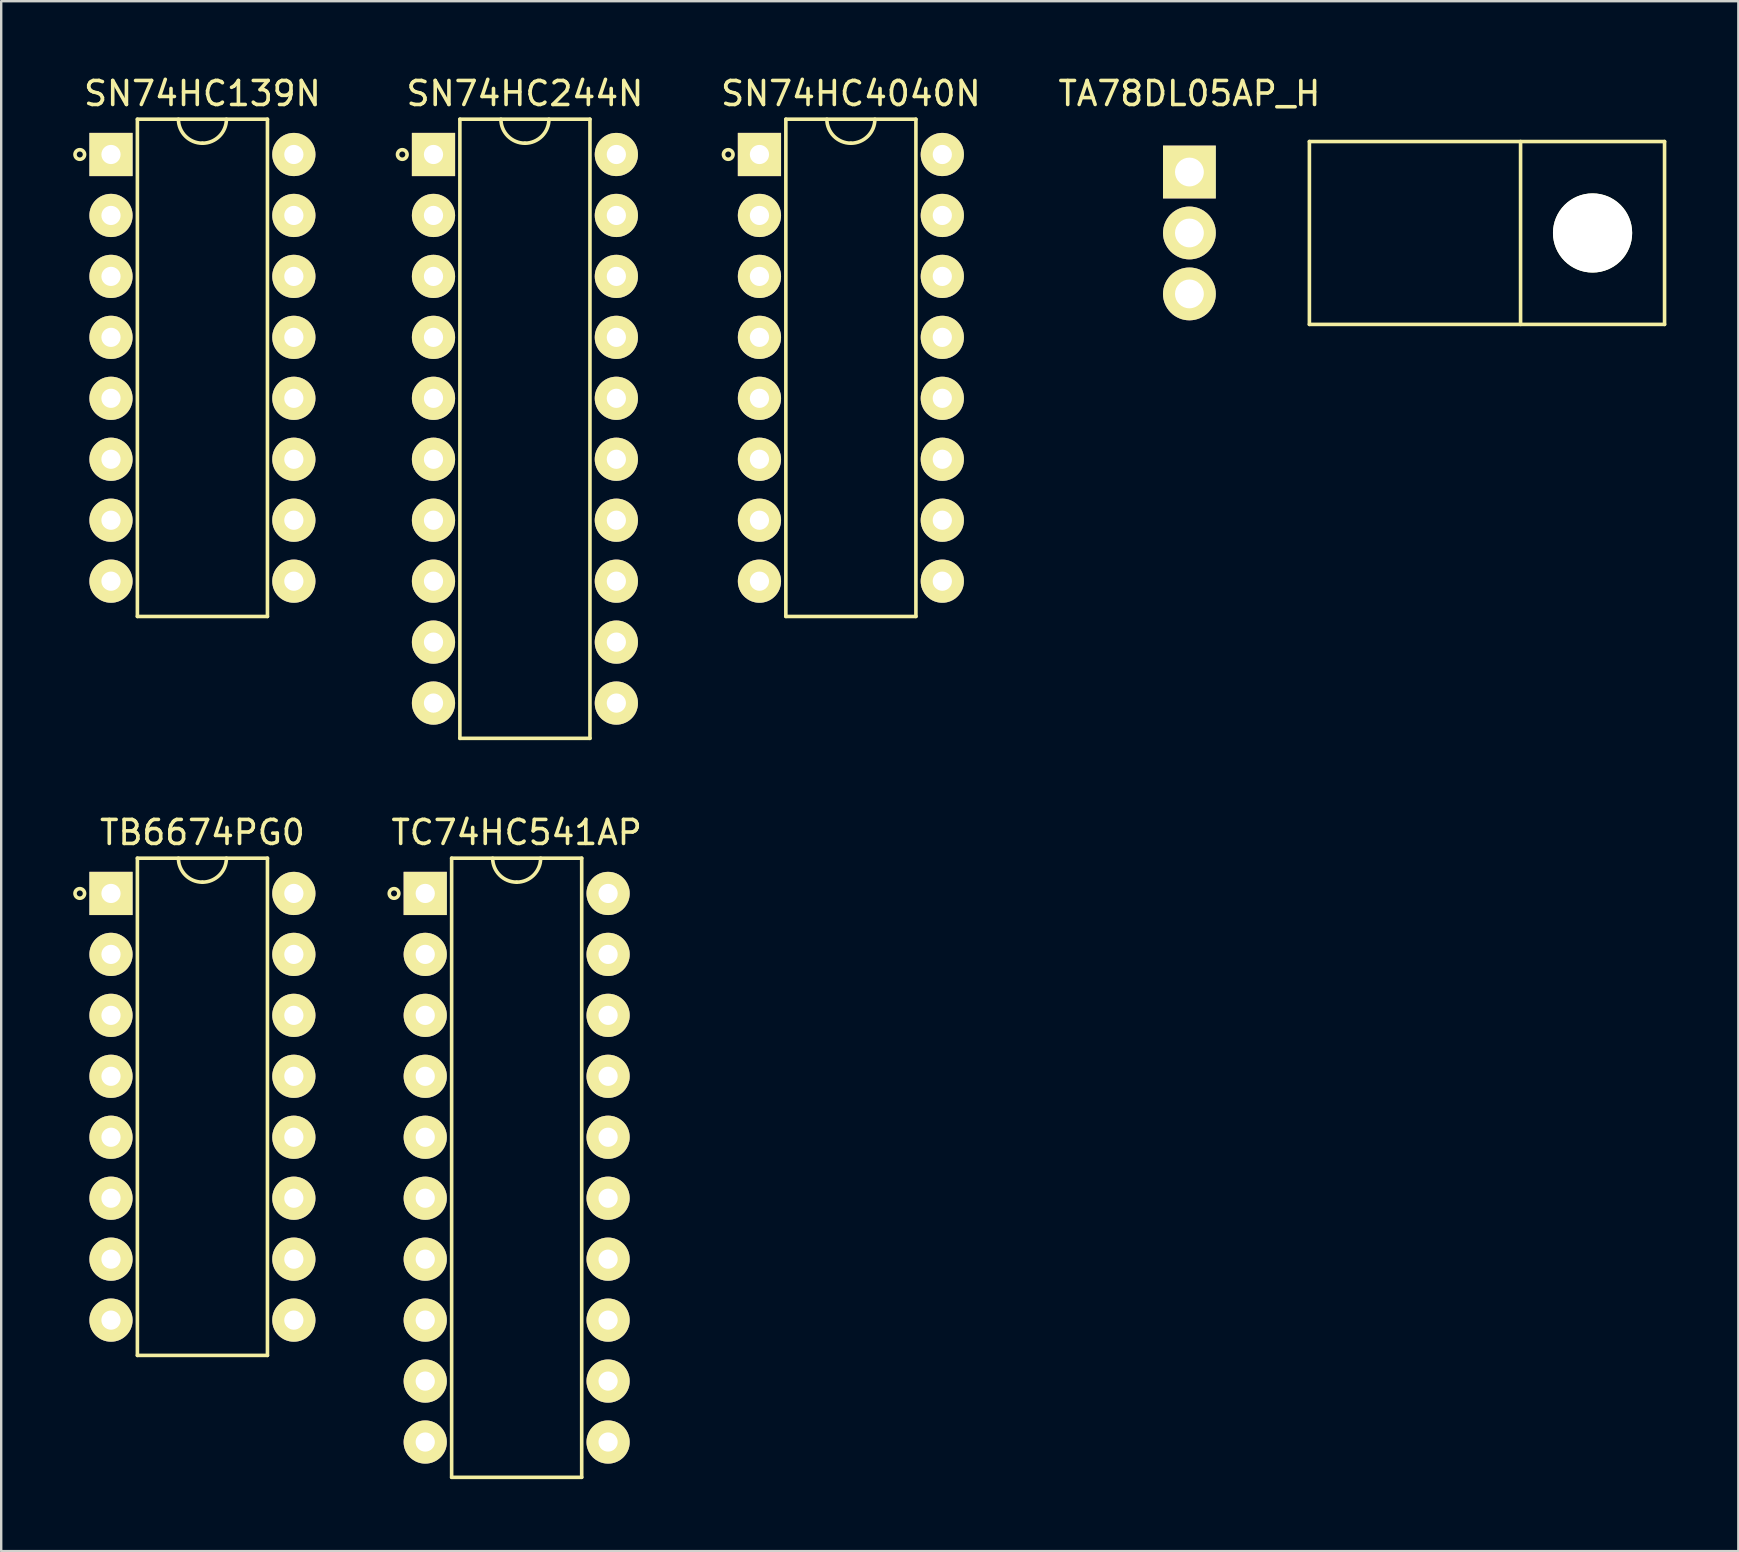
<source format=kicad_pcb>
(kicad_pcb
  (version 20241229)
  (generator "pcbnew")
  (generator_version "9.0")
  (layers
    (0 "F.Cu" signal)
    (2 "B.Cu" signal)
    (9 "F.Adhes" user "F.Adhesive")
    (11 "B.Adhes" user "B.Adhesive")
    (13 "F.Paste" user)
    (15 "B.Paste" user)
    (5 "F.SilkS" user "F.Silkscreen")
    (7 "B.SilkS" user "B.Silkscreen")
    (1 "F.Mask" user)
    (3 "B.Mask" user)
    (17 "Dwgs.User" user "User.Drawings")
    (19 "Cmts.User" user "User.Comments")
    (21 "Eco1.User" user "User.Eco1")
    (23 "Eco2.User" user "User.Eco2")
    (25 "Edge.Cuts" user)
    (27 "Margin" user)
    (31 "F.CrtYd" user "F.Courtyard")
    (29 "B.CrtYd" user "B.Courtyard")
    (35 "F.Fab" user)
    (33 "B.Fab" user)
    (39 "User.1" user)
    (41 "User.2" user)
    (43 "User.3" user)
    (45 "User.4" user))
  (footprint "SN74HC4040N"
    (layer "F.Cu")
    (at 28.597 3.388)
    (property "Reference" "SN74HC4040N" (at 3.81 -2.54 0) (layer "F.SilkS") (effects (font (size 1 1) (thickness 0.15))))
    (attr through_hole)
    (fp_line (start 1.1 -1.47) (end 6.52 -1.47) (stroke (width 0.15) (type solid)) (layer "F.SilkS"))
    (fp_line (start 1.1 19.25) (end 1.1 -1.47) (stroke (width 0.15) (type solid)) (layer "F.SilkS"))
    (fp_line (start 6.52 -1.47) (end 6.52 19.25) (stroke (width 0.15) (type solid)) (layer "F.SilkS"))
    (fp_line (start 6.52 19.25) (end 1.1 19.25) (stroke (width 0.15) (type solid)) (layer "F.SilkS"))
    (fp_arc (start 3.81 -0.47) (mid 3.102893 -0.762893) (end 2.81 -1.47) (stroke (width 0.15) (type solid)) (layer "F.SilkS"))
    (fp_arc (start 4.81 -1.47) (mid 4.517107 -0.762893) (end 3.81 -0.47) (stroke (width 0.15) (type solid)) (layer "F.SilkS"))
    (fp_circle (center -1.3 0) (end -1.3 0.2) (stroke (width 0.15) (type solid)) (fill no) (layer "F.SilkS"))
    (pad "1" thru_hole rect (at 0 0) (size 1.8 1.8) (drill 0.8) (layers "*.Cu" "*.Mask" "F.SilkS"))
    (pad "2" thru_hole circle (at 0 2.54) (size 1.8 1.8) (drill 0.8) (layers "*.Cu" "*.Mask" "F.SilkS"))
    (pad "3" thru_hole circle (at 0 5.08) (size 1.8 1.8) (drill 0.8) (layers "*.Cu" "*.Mask" "F.SilkS"))
    (pad "4" thru_hole circle (at 0 7.62) (size 1.8 1.8) (drill 0.8) (layers "*.Cu" "*.Mask" "F.SilkS"))
    (pad "5" thru_hole circle (at 0 10.16) (size 1.8 1.8) (drill 0.8) (layers "*.Cu" "*.Mask" "F.SilkS"))
    (pad "6" thru_hole circle (at 0 12.7) (size 1.8 1.8) (drill 0.8) (layers "*.Cu" "*.Mask" "F.SilkS"))
    (pad "7" thru_hole circle (at 0 15.24) (size 1.8 1.8) (drill 0.8) (layers "*.Cu" "*.Mask" "F.SilkS"))
    (pad "8" thru_hole circle (at 0 17.78) (size 1.8 1.8) (drill 0.8) (layers "*.Cu" "*.Mask" "F.SilkS"))
    (pad "9" thru_hole circle (at 7.62 17.78) (size 1.8 1.8) (drill 0.8) (layers "*.Cu" "*.Mask" "F.SilkS"))
    (pad "10" thru_hole circle (at 7.62 15.24) (size 1.8 1.8) (drill 0.8) (layers "*.Cu" "*.Mask" "F.SilkS"))
    (pad "11" thru_hole circle (at 7.62 12.7) (size 1.8 1.8) (drill 0.8) (layers "*.Cu" "*.Mask" "F.SilkS"))
    (pad "12" thru_hole circle (at 7.62 10.16) (size 1.8 1.8) (drill 0.8) (layers "*.Cu" "*.Mask" "F.SilkS"))
    (pad "13" thru_hole circle (at 7.62 7.62) (size 1.8 1.8) (drill 0.8) (layers "*.Cu" "*.Mask" "F.SilkS"))
    (pad "14" thru_hole circle (at 7.62 5.08) (size 1.8 1.8) (drill 0.8) (layers "*.Cu" "*.Mask" "F.SilkS"))
    (pad "15" thru_hole circle (at 7.62 2.54) (size 1.8 1.8) (drill 0.8) (layers "*.Cu" "*.Mask" "F.SilkS"))
    (pad "16" thru_hole circle (at 7.62 0) (size 1.8 1.8) (drill 0.8) (layers "*.Cu" "*.Mask" "F.SilkS")))
  (footprint "SN74HC244N"
    (layer "F.Cu")
    (at 15.014 3.388)
    (property "Reference" "SN74HC244N" (at 3.81 -2.54 0) (layer "F.SilkS") (effects (font (size 1 1) (thickness 0.15))))
    (attr through_hole)
    (fp_line (start 1.1 -1.47) (end 6.52 -1.47) (stroke (width 0.15) (type solid)) (layer "F.SilkS"))
    (fp_line (start 1.1 24.33) (end 1.1 -1.47) (stroke (width 0.15) (type solid)) (layer "F.SilkS"))
    (fp_line (start 6.52 -1.47) (end 6.52 24.33) (stroke (width 0.15) (type solid)) (layer "F.SilkS"))
    (fp_line (start 6.52 24.33) (end 1.1 24.33) (stroke (width 0.15) (type solid)) (layer "F.SilkS"))
    (fp_arc (start 3.81 -0.47) (mid 3.102893 -0.762893) (end 2.81 -1.47) (stroke (width 0.15) (type solid)) (layer "F.SilkS"))
    (fp_arc (start 4.81 -1.47) (mid 4.517107 -0.762893) (end 3.81 -0.47) (stroke (width 0.15) (type solid)) (layer "F.SilkS"))
    (fp_circle (center -1.3 0) (end -1.3 0.2) (stroke (width 0.15) (type solid)) (fill no) (layer "F.SilkS"))
    (pad "1" thru_hole rect (at 0 0) (size 1.8 1.8) (drill 0.8) (layers "*.Cu" "*.Mask" "F.SilkS"))
    (pad "2" thru_hole circle (at 0 2.54) (size 1.8 1.8) (drill 0.8) (layers "*.Cu" "*.Mask" "F.SilkS"))
    (pad "3" thru_hole circle (at 0 5.08) (size 1.8 1.8) (drill 0.8) (layers "*.Cu" "*.Mask" "F.SilkS"))
    (pad "4" thru_hole circle (at 0 7.62) (size 1.8 1.8) (drill 0.8) (layers "*.Cu" "*.Mask" "F.SilkS"))
    (pad "5" thru_hole circle (at 0 10.16) (size 1.8 1.8) (drill 0.8) (layers "*.Cu" "*.Mask" "F.SilkS"))
    (pad "6" thru_hole circle (at 0 12.7) (size 1.8 1.8) (drill 0.8) (layers "*.Cu" "*.Mask" "F.SilkS"))
    (pad "7" thru_hole circle (at 0 15.24) (size 1.8 1.8) (drill 0.8) (layers "*.Cu" "*.Mask" "F.SilkS"))
    (pad "8" thru_hole circle (at 0 17.78) (size 1.8 1.8) (drill 0.8) (layers "*.Cu" "*.Mask" "F.SilkS"))
    (pad "9" thru_hole circle (at 0 20.32) (size 1.8 1.8) (drill 0.8) (layers "*.Cu" "*.Mask" "F.SilkS"))
    (pad "10" thru_hole circle (at 0 22.86) (size 1.8 1.8) (drill 0.8) (layers "*.Cu" "*.Mask" "F.SilkS"))
    (pad "11" thru_hole circle (at 7.62 22.86) (size 1.8 1.8) (drill 0.8) (layers "*.Cu" "*.Mask" "F.SilkS"))
    (pad "12" thru_hole circle (at 7.62 20.32) (size 1.8 1.8) (drill 0.8) (layers "*.Cu" "*.Mask" "F.SilkS"))
    (pad "13" thru_hole circle (at 7.62 17.78) (size 1.8 1.8) (drill 0.8) (layers "*.Cu" "*.Mask" "F.SilkS"))
    (pad "14" thru_hole circle (at 7.62 15.24) (size 1.8 1.8) (drill 0.8) (layers "*.Cu" "*.Mask" "F.SilkS"))
    (pad "15" thru_hole circle (at 7.62 12.7) (size 1.8 1.8) (drill 0.8) (layers "*.Cu" "*.Mask" "F.SilkS"))
    (pad "16" thru_hole circle (at 7.62 10.16) (size 1.8 1.8) (drill 0.8) (layers "*.Cu" "*.Mask" "F.SilkS"))
    (pad "17" thru_hole circle (at 7.62 7.62) (size 1.8 1.8) (drill 0.8) (layers "*.Cu" "*.Mask" "F.SilkS"))
    (pad "18" thru_hole circle (at 7.62 5.08) (size 1.8 1.8) (drill 0.8) (layers "*.Cu" "*.Mask" "F.SilkS"))
    (pad "19" thru_hole circle (at 7.62 2.54) (size 1.8 1.8) (drill 0.8) (layers "*.Cu" "*.Mask" "F.SilkS"))
    (pad "20" thru_hole circle (at 7.62 0) (size 1.8 1.8) (drill 0.8) (layers "*.Cu" "*.Mask" "F.SilkS")))
  (footprint "SN74HC139N"
    (layer "F.Cu")
    (at 1.575 3.388)
    (property "Reference" "SN74HC139N" (at 3.81 -2.54 0) (layer "F.SilkS") (effects (font (size 1 1) (thickness 0.15))))
    (attr through_hole)
    (fp_line (start 1.1 -1.47) (end 6.52 -1.47) (stroke (width 0.15) (type solid)) (layer "F.SilkS"))
    (fp_line (start 1.1 19.25) (end 1.1 -1.47) (stroke (width 0.15) (type solid)) (layer "F.SilkS"))
    (fp_line (start 6.52 -1.47) (end 6.52 19.25) (stroke (width 0.15) (type solid)) (layer "F.SilkS"))
    (fp_line (start 6.52 19.25) (end 1.1 19.25) (stroke (width 0.15) (type solid)) (layer "F.SilkS"))
    (fp_arc (start 3.81 -0.47) (mid 3.102893 -0.762893) (end 2.81 -1.47) (stroke (width 0.15) (type solid)) (layer "F.SilkS"))
    (fp_arc (start 4.81 -1.47) (mid 4.517107 -0.762893) (end 3.81 -0.47) (stroke (width 0.15) (type solid)) (layer "F.SilkS"))
    (fp_circle (center -1.3 0) (end -1.3 0.2) (stroke (width 0.15) (type solid)) (fill no) (layer "F.SilkS"))
    (pad "1" thru_hole rect (at 0 0) (size 1.8 1.8) (drill 0.8) (layers "*.Cu" "*.Mask" "F.SilkS"))
    (pad "2" thru_hole circle (at 0 2.54) (size 1.8 1.8) (drill 0.8) (layers "*.Cu" "*.Mask" "F.SilkS"))
    (pad "3" thru_hole circle (at 0 5.08) (size 1.8 1.8) (drill 0.8) (layers "*.Cu" "*.Mask" "F.SilkS"))
    (pad "4" thru_hole circle (at 0 7.62) (size 1.8 1.8) (drill 0.8) (layers "*.Cu" "*.Mask" "F.SilkS"))
    (pad "5" thru_hole circle (at 0 10.16) (size 1.8 1.8) (drill 0.8) (layers "*.Cu" "*.Mask" "F.SilkS"))
    (pad "6" thru_hole circle (at 0 12.7) (size 1.8 1.8) (drill 0.8) (layers "*.Cu" "*.Mask" "F.SilkS"))
    (pad "7" thru_hole circle (at 0 15.24) (size 1.8 1.8) (drill 0.8) (layers "*.Cu" "*.Mask" "F.SilkS"))
    (pad "8" thru_hole circle (at 0 17.78) (size 1.8 1.8) (drill 0.8) (layers "*.Cu" "*.Mask" "F.SilkS"))
    (pad "9" thru_hole circle (at 7.62 17.78) (size 1.8 1.8) (drill 0.8) (layers "*.Cu" "*.Mask" "F.SilkS"))
    (pad "10" thru_hole circle (at 7.62 15.24) (size 1.8 1.8) (drill 0.8) (layers "*.Cu" "*.Mask" "F.SilkS"))
    (pad "11" thru_hole circle (at 7.62 12.7) (size 1.8 1.8) (drill 0.8) (layers "*.Cu" "*.Mask" "F.SilkS"))
    (pad "12" thru_hole circle (at 7.62 10.16) (size 1.8 1.8) (drill 0.8) (layers "*.Cu" "*.Mask" "F.SilkS"))
    (pad "13" thru_hole circle (at 7.62 7.62) (size 1.8 1.8) (drill 0.8) (layers "*.Cu" "*.Mask" "F.SilkS"))
    (pad "14" thru_hole circle (at 7.62 5.08) (size 1.8 1.8) (drill 0.8) (layers "*.Cu" "*.Mask" "F.SilkS"))
    (pad "15" thru_hole circle (at 7.62 2.54) (size 1.8 1.8) (drill 0.8) (layers "*.Cu" "*.Mask" "F.SilkS"))
    (pad "16" thru_hole circle (at 7.62 0) (size 1.8 1.8) (drill 0.8) (layers "*.Cu" "*.Mask" "F.SilkS")))
  (footprint "TB6674PG0"
    (layer "F.Cu")
    (at 1.575 34.181)
    (property "Reference" "TB6674PG0" (at 3.81 -2.54 0) (layer "F.SilkS") (effects (font (size 1 1) (thickness 0.15))))
    (attr through_hole)
    (fp_line (start 1.1 -1.47) (end 6.52 -1.47) (stroke (width 0.15) (type solid)) (layer "F.SilkS"))
    (fp_line (start 1.1 19.25) (end 1.1 -1.47) (stroke (width 0.15) (type solid)) (layer "F.SilkS"))
    (fp_line (start 6.52 -1.47) (end 6.52 19.25) (stroke (width 0.15) (type solid)) (layer "F.SilkS"))
    (fp_line (start 6.52 19.25) (end 1.1 19.25) (stroke (width 0.15) (type solid)) (layer "F.SilkS"))
    (fp_arc (start 3.81 -0.47) (mid 3.102893 -0.762893) (end 2.81 -1.47) (stroke (width 0.15) (type solid)) (layer "F.SilkS"))
    (fp_arc (start 4.81 -1.47) (mid 4.517107 -0.762893) (end 3.81 -0.47) (stroke (width 0.15) (type solid)) (layer "F.SilkS"))
    (fp_circle (center -1.3 0) (end -1.3 0.2) (stroke (width 0.15) (type solid)) (fill no) (layer "F.SilkS"))
    (pad "1" thru_hole rect (at 0 0) (size 1.8 1.8) (drill 0.8) (layers "*.Cu" "*.Mask" "F.SilkS"))
    (pad "2" thru_hole circle (at 0 2.54) (size 1.8 1.8) (drill 0.8) (layers "*.Cu" "*.Mask" "F.SilkS"))
    (pad "3" thru_hole circle (at 0 5.08) (size 1.8 1.8) (drill 0.8) (layers "*.Cu" "*.Mask" "F.SilkS"))
    (pad "4" thru_hole circle (at 0 7.62) (size 1.8 1.8) (drill 0.8) (layers "*.Cu" "*.Mask" "F.SilkS"))
    (pad "5" thru_hole circle (at 0 10.16) (size 1.8 1.8) (drill 0.8) (layers "*.Cu" "*.Mask" "F.SilkS"))
    (pad "6" thru_hole circle (at 0 12.7) (size 1.8 1.8) (drill 0.8) (layers "*.Cu" "*.Mask" "F.SilkS"))
    (pad "7" thru_hole circle (at 0 15.24) (size 1.8 1.8) (drill 0.8) (layers "*.Cu" "*.Mask" "F.SilkS"))
    (pad "8" thru_hole circle (at 0 17.78) (size 1.8 1.8) (drill 0.8) (layers "*.Cu" "*.Mask" "F.SilkS"))
    (pad "9" thru_hole circle (at 7.62 17.78) (size 1.8 1.8) (drill 0.8) (layers "*.Cu" "*.Mask" "F.SilkS"))
    (pad "10" thru_hole circle (at 7.62 15.24) (size 1.8 1.8) (drill 0.8) (layers "*.Cu" "*.Mask" "F.SilkS"))
    (pad "11" thru_hole circle (at 7.62 12.7) (size 1.8 1.8) (drill 0.8) (layers "*.Cu" "*.Mask" "F.SilkS"))
    (pad "12" thru_hole circle (at 7.62 10.16) (size 1.8 1.8) (drill 0.8) (layers "*.Cu" "*.Mask" "F.SilkS"))
    (pad "13" thru_hole circle (at 7.62 7.62) (size 1.8 1.8) (drill 0.8) (layers "*.Cu" "*.Mask" "F.SilkS"))
    (pad "14" thru_hole circle (at 7.62 5.08) (size 1.8 1.8) (drill 0.8) (layers "*.Cu" "*.Mask" "F.SilkS"))
    (pad "15" thru_hole circle (at 7.62 2.54) (size 1.8 1.8) (drill 0.8) (layers "*.Cu" "*.Mask" "F.SilkS"))
    (pad "16" thru_hole circle (at 7.62 0) (size 1.8 1.8) (drill 0.8) (layers "*.Cu" "*.Mask" "F.SilkS")))
  (footprint "TA78DL05AP_H"
    (layer "F.Cu")
    (at 46.514 4.118)
    (property "Reference" "TA78DL05AP_H" (at 0 -3.27 0) (layer "F.SilkS") (effects (font (size 1 1) (thickness 0.15))))
    (attr through_hole)
    (fp_line (start 5 -1.27) (end 5 6.35) (stroke (width 0.15) (type solid)) (layer "F.SilkS"))
    (fp_line (start 5 -1.27) (end 19.8 -1.27) (stroke (width 0.15) (type solid)) (layer "F.SilkS"))
    (fp_line (start 5 6.35) (end 19.8 6.35) (stroke (width 0.15) (type solid)) (layer "F.SilkS"))
    (fp_line (start 13.8 -1.27) (end 13.8 6.35) (stroke (width 0.15) (type solid)) (layer "F.SilkS"))
    (fp_line (start 19.8 -1.27) (end 19.8 6.35) (stroke (width 0.15) (type solid)) (layer "F.SilkS"))
    (pad "" np_thru_hole circle (at 16.8 2.54) (size 3.3 3.3) (drill 3.3) (layers "*.Cu" "*.Mask" "F.SilkS"))
    (pad "1" thru_hole rect (at 0 0) (size 2.2 2.2) (drill 1.2) (layers "*.Cu" "*.Mask" "F.SilkS"))
    (pad "2" thru_hole circle (at 0 2.54) (size 2.2 2.2) (drill 1.2) (layers "*.Cu" "*.Mask" "F.SilkS"))
    (pad "3" thru_hole circle (at 0 5.08) (size 2.2 2.2) (drill 1.2) (layers "*.Cu" "*.Mask" "F.SilkS")))
  (footprint "TC74HC541AP"
    (layer "F.Cu")
    (at 14.67 34.181)
    (property "Reference" "TC74HC541AP" (at 3.81 -2.54 0) (layer "F.SilkS") (effects (font (size 1 1) (thickness 0.15))))
    (attr through_hole)
    (fp_line (start 1.1 -1.47) (end 6.52 -1.47) (stroke (width 0.15) (type solid)) (layer "F.SilkS"))
    (fp_line (start 1.1 24.33) (end 1.1 -1.47) (stroke (width 0.15) (type solid)) (layer "F.SilkS"))
    (fp_line (start 6.52 -1.47) (end 6.52 24.33) (stroke (width 0.15) (type solid)) (layer "F.SilkS"))
    (fp_line (start 6.52 24.33) (end 1.1 24.33) (stroke (width 0.15) (type solid)) (layer "F.SilkS"))
    (fp_arc (start 3.81 -0.47) (mid 3.102893 -0.762893) (end 2.81 -1.47) (stroke (width 0.15) (type solid)) (layer "F.SilkS"))
    (fp_arc (start 4.81 -1.47) (mid 4.517107 -0.762893) (end 3.81 -0.47) (stroke (width 0.15) (type solid)) (layer "F.SilkS"))
    (fp_circle (center -1.3 0) (end -1.3 0.2) (stroke (width 0.15) (type solid)) (fill no) (layer "F.SilkS"))
    (pad "1" thru_hole rect (at 0 0) (size 1.8 1.8) (drill 0.8) (layers "*.Cu" "*.Mask" "F.SilkS"))
    (pad "2" thru_hole circle (at 0 2.54) (size 1.8 1.8) (drill 0.8) (layers "*.Cu" "*.Mask" "F.SilkS"))
    (pad "3" thru_hole circle (at 0 5.08) (size 1.8 1.8) (drill 0.8) (layers "*.Cu" "*.Mask" "F.SilkS"))
    (pad "4" thru_hole circle (at 0 7.62) (size 1.8 1.8) (drill 0.8) (layers "*.Cu" "*.Mask" "F.SilkS"))
    (pad "5" thru_hole circle (at 0 10.16) (size 1.8 1.8) (drill 0.8) (layers "*.Cu" "*.Mask" "F.SilkS"))
    (pad "6" thru_hole circle (at 0 12.7) (size 1.8 1.8) (drill 0.8) (layers "*.Cu" "*.Mask" "F.SilkS"))
    (pad "7" thru_hole circle (at 0 15.24) (size 1.8 1.8) (drill 0.8) (layers "*.Cu" "*.Mask" "F.SilkS"))
    (pad "8" thru_hole circle (at 0 17.78) (size 1.8 1.8) (drill 0.8) (layers "*.Cu" "*.Mask" "F.SilkS"))
    (pad "9" thru_hole circle (at 0 20.32) (size 1.8 1.8) (drill 0.8) (layers "*.Cu" "*.Mask" "F.SilkS"))
    (pad "10" thru_hole circle (at 0 22.86) (size 1.8 1.8) (drill 0.8) (layers "*.Cu" "*.Mask" "F.SilkS"))
    (pad "11" thru_hole circle (at 7.62 22.86) (size 1.8 1.8) (drill 0.8) (layers "*.Cu" "*.Mask" "F.SilkS"))
    (pad "12" thru_hole circle (at 7.62 20.32) (size 1.8 1.8) (drill 0.8) (layers "*.Cu" "*.Mask" "F.SilkS"))
    (pad "13" thru_hole circle (at 7.62 17.78) (size 1.8 1.8) (drill 0.8) (layers "*.Cu" "*.Mask" "F.SilkS"))
    (pad "14" thru_hole circle (at 7.62 15.24) (size 1.8 1.8) (drill 0.8) (layers "*.Cu" "*.Mask" "F.SilkS"))
    (pad "15" thru_hole circle (at 7.62 12.7) (size 1.8 1.8) (drill 0.8) (layers "*.Cu" "*.Mask" "F.SilkS"))
    (pad "16" thru_hole circle (at 7.62 10.16) (size 1.8 1.8) (drill 0.8) (layers "*.Cu" "*.Mask" "F.SilkS"))
    (pad "17" thru_hole circle (at 7.62 7.62) (size 1.8 1.8) (drill 0.8) (layers "*.Cu" "*.Mask" "F.SilkS"))
    (pad "18" thru_hole circle (at 7.62 5.08) (size 1.8 1.8) (drill 0.8) (layers "*.Cu" "*.Mask" "F.SilkS"))
    (pad "19" thru_hole circle (at 7.62 2.54) (size 1.8 1.8) (drill 0.8) (layers "*.Cu" "*.Mask" "F.SilkS"))
    (pad "20" thru_hole circle (at 7.62 0) (size 1.8 1.8) (drill 0.8) (layers "*.Cu" "*.Mask" "F.SilkS")))
  (gr_rect
    (start -3 -3)
    (end 69.389 61.587)
    (stroke (width 0.1) (type default))
    (fill no)
    (layer "Edge.Cuts")))
</source>
